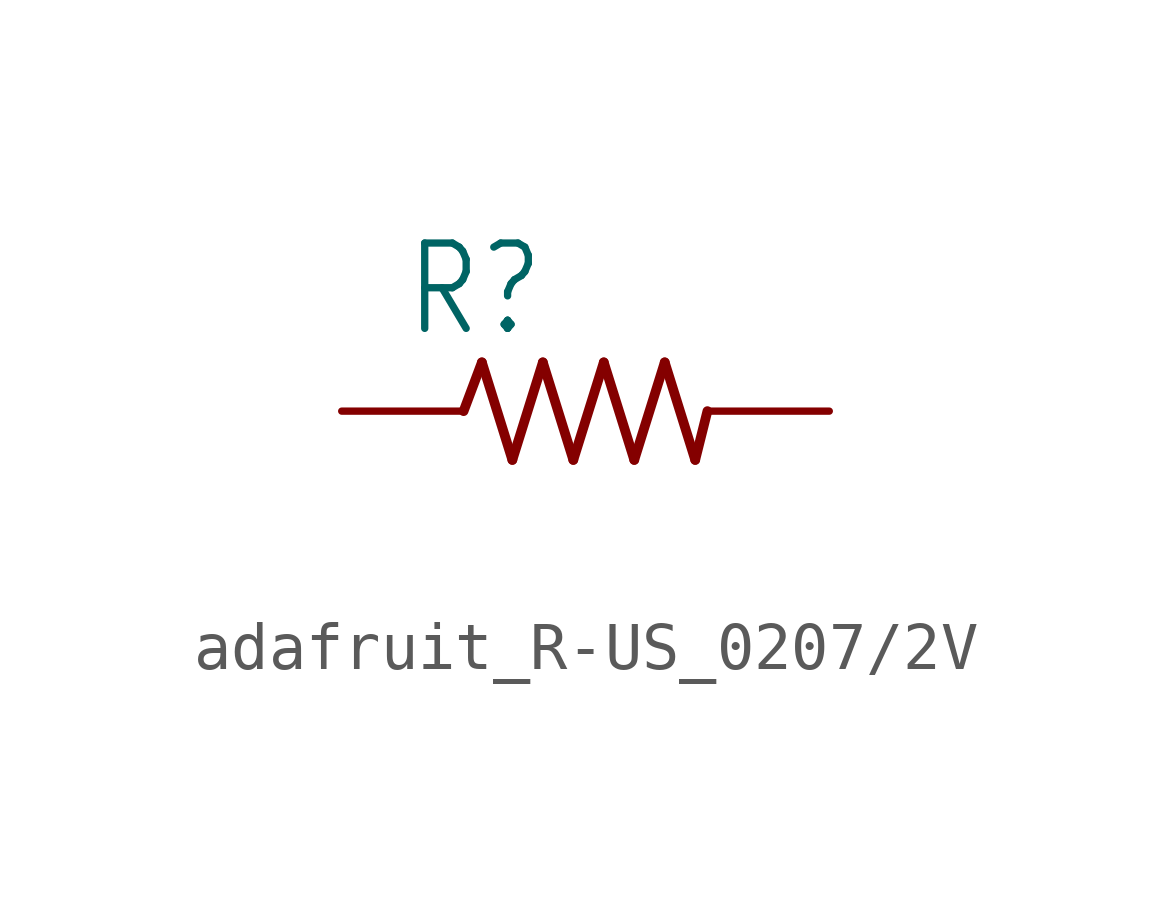
<source format=kicad_sym>
(kicad_symbol_lib
  (version 20220914)
  (generator kicad_symbol_editor)
  (symbol "adafruit_R-US_0207/2V"
    (property "Reference" "R"
      (at -3.81 1.499 0)
      (effects (font (size 1.778 1.511)) (justify left bottom)))
    (property "Value" ""
      (at -3.81 -3.302 0)
      (effects (font (size 1.778 1.511)) (justify left bottom)))
    (property "ki_locked" ""
      (at 0 0 0)
      (effects (font (size 1.27 1.27))))
    (symbol "adafruit_R-US_0207/2V_1_0"
      (polyline (pts (xy -2.54 0) (xy -2.159 1.016)) (stroke (width 0.203) (type solid)) (fill (type none)))
      (polyline (pts (xy -2.159 1.016) (xy -1.524 -1.016)) (stroke (width 0.203) (type solid)) (fill (type none)))
      (polyline (pts (xy -1.524 -1.016) (xy -0.889 1.016)) (stroke (width 0.203) (type solid)) (fill (type none)))
      (polyline (pts (xy -0.889 1.016) (xy -0.254 -1.016)) (stroke (width 0.203) (type solid)) (fill (type none)))
      (polyline (pts (xy -0.254 -1.016) (xy 0.381 1.016)) (stroke (width 0.203) (type solid)) (fill (type none)))
      (polyline (pts (xy 0.381 1.016) (xy 1.016 -1.016)) (stroke (width 0.203) (type solid)) (fill (type none)))
      (polyline (pts (xy 1.016 -1.016) (xy 1.651 1.016)) (stroke (width 0.203) (type solid)) (fill (type none)))
      (polyline (pts (xy 1.651 1.016) (xy 2.286 -1.016)) (stroke (width 0.203) (type solid)) (fill (type none)))
      (polyline (pts (xy 2.286 -1.016) (xy 2.54 0)) (stroke (width 0.203) (type solid)) (fill (type none)))
      (pin passive line (at -5.08 0 0) (length 2.54) (name "1" (effects (font (size 0 0)))) (number "1" (effects (font (size 0 0)))))
      (pin passive line (at 5.08 0 180) (length 2.54) (name "2" (effects (font (size 0 0)))) (number "2" (effects (font (size 0 0))))))))
</source>
